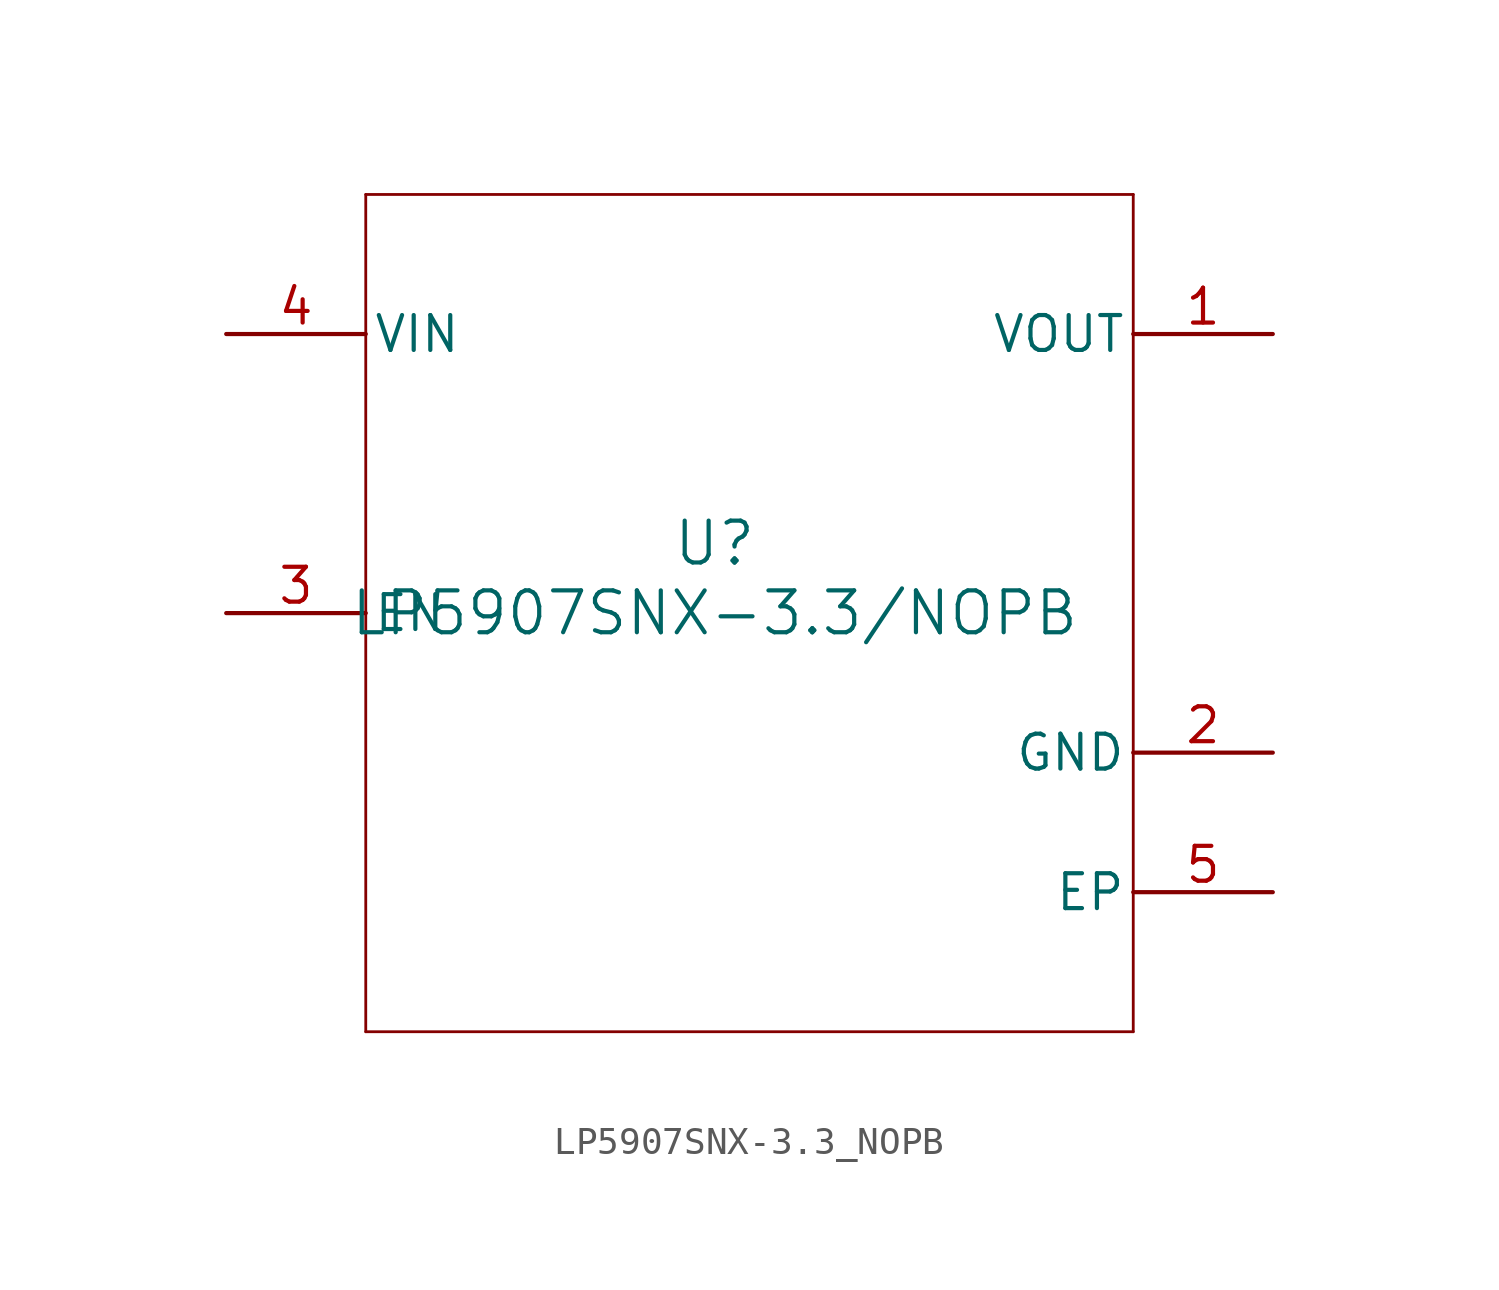
<source format=kicad_sym>
(kicad_symbol_lib
  (version 20211014)
  (generator kicad_symbol_editor)
  (symbol "LP5907SNX-3.3_NOPB"
    (pin_names
      (offset 0.254))
    (property "Reference" "U"
      (at 0 2.54 0)
      (effects (font (size 1.524 1.524))))
    (property "Value" "LP5907SNX-3.3/NOPB"
      (at 0 0 0)
      (effects (font (size 1.524 1.524))))
    (symbol "LP5907SNX-3.3_NOPB_0_1"
      (polyline (pts (xy -12.7 -15.24) (xy 15.24 -15.24)) (stroke (width 0.102) (type default) (color 0 0 0 0)) (fill (type none)))
      (polyline (pts (xy 15.24 -15.24) (xy 15.24 15.24)) (stroke (width 0.102) (type default) (color 0 0 0 0)) (fill (type none)))
      (polyline (pts (xy 15.24 15.24) (xy -12.7 15.24)) (stroke (width 0.102) (type default) (color 0 0 0 0)) (fill (type none)))
      (polyline (pts (xy -12.7 15.24) (xy -12.7 -15.24)) (stroke (width 0.102) (type default) (color 0 0 0 0)) (fill (type none)))
      (pin power_in line (at 20.32 10.16 180) (length 5.08) (name "VOUT" (effects (font (size 1.27 1.27)))) (number "1" (effects (font (size 1.27 1.27)))))
      (pin power_in line (at 20.32 -5.08 180) (length 5.08) (name "GND" (effects (font (size 1.27 1.27)))) (number "2" (effects (font (size 1.27 1.27)))))
      (pin input line (at -17.78 0 0) (length 5.08) (name "EN" (effects (font (size 1.27 1.27)))) (number "3" (effects (font (size 1.27 1.27)))))
      (pin power_in line (at -17.78 10.16 0) (length 5.08) (name "VIN" (effects (font (size 1.27 1.27)))) (number "4" (effects (font (size 1.27 1.27)))))
      (pin power_in line (at 20.32 -10.16 180) (length 5.08) (name "EP" (effects (font (size 1.27 1.27)))) (number "5" (effects (font (size 1.27 1.27))))))))
</source>
